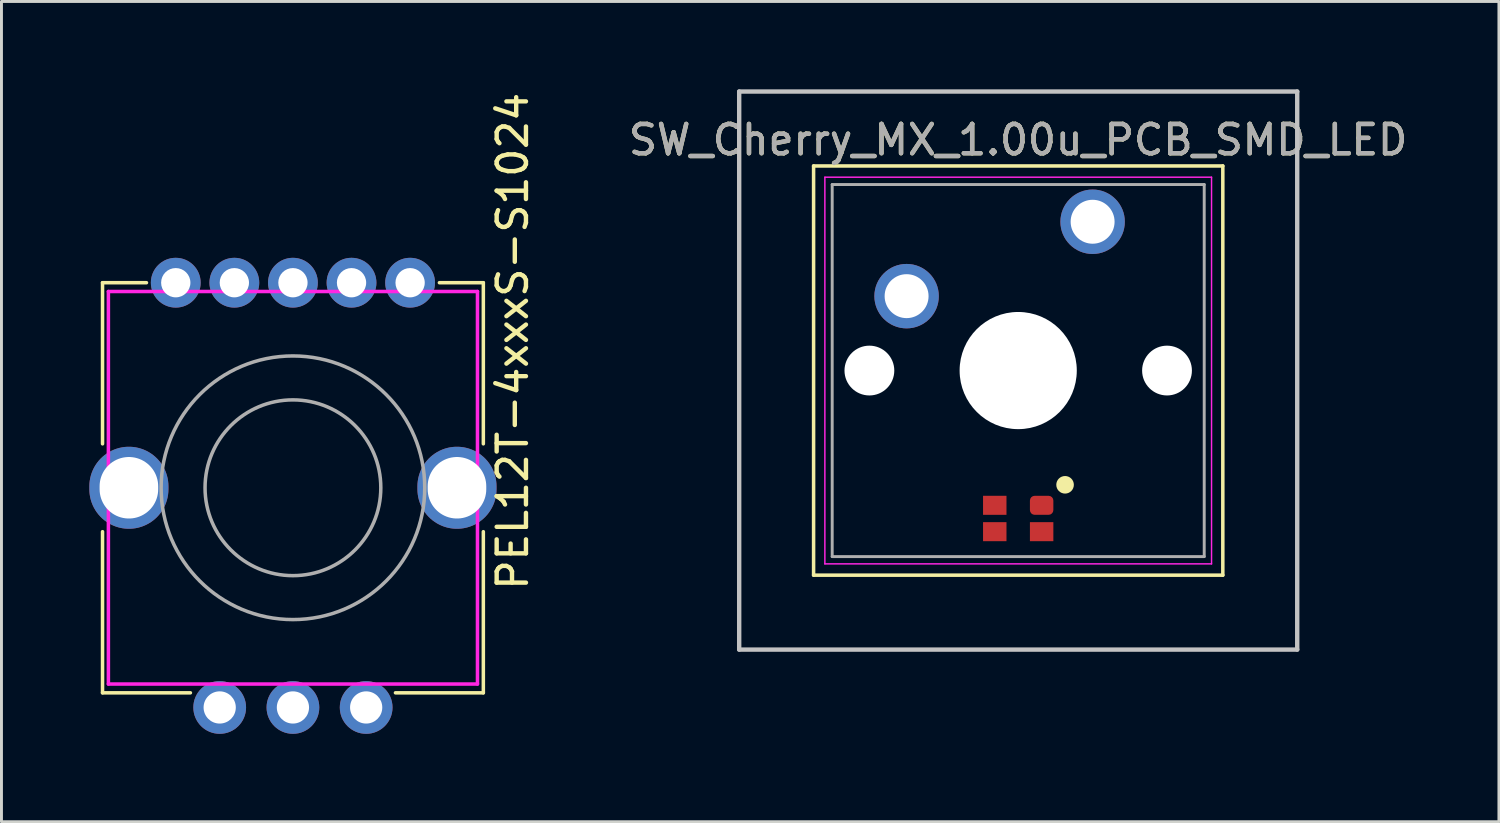
<source format=kicad_pcb>
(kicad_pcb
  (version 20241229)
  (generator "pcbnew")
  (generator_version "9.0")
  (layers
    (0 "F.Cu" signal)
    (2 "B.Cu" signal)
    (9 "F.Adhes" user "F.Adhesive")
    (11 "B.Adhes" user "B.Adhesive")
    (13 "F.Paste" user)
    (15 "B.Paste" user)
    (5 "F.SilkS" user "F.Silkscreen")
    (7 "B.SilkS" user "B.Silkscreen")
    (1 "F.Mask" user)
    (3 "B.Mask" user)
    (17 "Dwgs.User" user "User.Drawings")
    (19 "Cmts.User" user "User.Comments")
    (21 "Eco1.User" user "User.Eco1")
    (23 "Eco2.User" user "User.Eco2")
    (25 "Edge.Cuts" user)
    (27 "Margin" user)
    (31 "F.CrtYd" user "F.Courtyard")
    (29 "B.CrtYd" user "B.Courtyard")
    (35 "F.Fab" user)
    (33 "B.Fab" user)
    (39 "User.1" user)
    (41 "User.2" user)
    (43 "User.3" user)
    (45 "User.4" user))
  (footprint "SW_Cherry_MX_1.00u_PCB_SMD_LED"
    (layer "F.Cu")
    (at 31.709 9.6)
    (property "Reference" "SW_Cherry_MX_1.00u_PCB_SMD_LED" (at 0 -7.874 0) (layer "F.SilkS") (effects (font (size 1 1) (thickness 0.15))))
    (attr through_hole)
    (fp_line (start -6.985 -6.985) (end 6.985 -6.985) (stroke (width 0.12) (type solid)) (layer "F.SilkS"))
    (fp_line (start -6.985 6.985) (end -6.985 -6.985) (stroke (width 0.12) (type solid)) (layer "F.SilkS"))
    (fp_line (start 6.985 -6.985) (end 6.985 6.985) (stroke (width 0.12) (type solid)) (layer "F.SilkS"))
    (fp_line (start 6.985 6.985) (end -6.985 6.985) (stroke (width 0.12) (type solid)) (layer "F.SilkS"))
    (fp_circle (center 1.6 3.9) (end 1.75 3.9) (stroke (width 0.3) (type solid)) (fill no) (layer "F.SilkS"))
    (fp_line (start -9.525 -9.525) (end 9.525 -9.525) (stroke (width 0.15) (type solid)) (layer "Dwgs.User"))
    (fp_line (start -9.525 9.525) (end -9.525 -9.525) (stroke (width 0.15) (type solid)) (layer "Dwgs.User"))
    (fp_line (start 9.525 -9.525) (end 9.525 9.525) (stroke (width 0.15) (type solid)) (layer "Dwgs.User"))
    (fp_line (start 9.525 9.525) (end -9.525 9.525) (stroke (width 0.15) (type solid)) (layer "Dwgs.User"))
    (fp_line (start -6.6 -6.6) (end 6.6 -6.6) (stroke (width 0.05) (type solid)) (layer "F.CrtYd"))
    (fp_line (start -6.6 6.6) (end -6.6 -6.6) (stroke (width 0.05) (type solid)) (layer "F.CrtYd"))
    (fp_line (start 6.6 -6.6) (end 6.6 6.6) (stroke (width 0.05) (type solid)) (layer "F.CrtYd"))
    (fp_line (start 6.6 6.6) (end -6.6 6.6) (stroke (width 0.05) (type solid)) (layer "F.CrtYd"))
    (fp_line (start -6.35 -6.35) (end 6.35 -6.35) (stroke (width 0.1) (type solid)) (layer "F.Fab"))
    (fp_line (start -6.35 6.35) (end -6.35 -6.35) (stroke (width 0.1) (type solid)) (layer "F.Fab"))
    (fp_line (start 6.35 -6.35) (end 6.35 6.35) (stroke (width 0.1) (type solid)) (layer "F.Fab"))
    (fp_line (start 6.35 6.35) (end -6.35 6.35) (stroke (width 0.1) (type solid)) (layer "F.Fab"))
    (fp_text user "${REFERENCE}" (at 0 -7.874 0) (layer "F.Fab") (effects (font (size 1 1) (thickness 0.15))))
    (pad "" np_thru_hole circle (at -5.08 0) (size 1.7 1.7) (drill 1.7) (layers "*.Cu" "*.Mask"))
    (pad "" np_thru_hole circle (at 0 0) (size 4 4) (drill 4) (layers "*.Cu" "*.Mask"))
    (pad "" np_thru_hole circle (at 5.08 0) (size 1.7 1.7) (drill 1.7) (layers "*.Cu" "*.Mask"))
    (pad "1" smd roundrect (at 0.8 4.6) (size 0.8 0.65) (layers "F.Cu" "F.Mask" "F.Paste") (roundrect_rratio 0.25))
    (pad "2" smd rect (at -0.8 4.6) (size 0.8 0.65) (layers "F.Cu" "F.Mask" "F.Paste"))
    (pad "3" smd rect (at 0.8 5.5) (size 0.8 0.65) (layers "F.Cu" "F.Mask" "F.Paste"))
    (pad "4" smd rect (at -0.8 5.5) (size 0.8 0.65) (layers "F.Cu" "F.Mask" "F.Paste"))
    (pad "5" thru_hole circle (at 2.54 -5.08) (size 2.2 2.2) (drill 1.5) (layers "*.Cu" "*.Mask"))
    (pad "6" thru_hole circle (at -3.81 -2.54) (size 2.2 2.2) (drill 1.5) (layers "*.Cu" "*.Mask")))
  (footprint "PEL12T-4xxxS-S1024"
    (layer "F.Cu")
    (at 6.95 13.601)
    (property "Reference" "PEL12T-4xxxS-S1024" (at 7.5 -5 90) (layer "F.SilkS") (effects (font (size 1 1) (thickness 0.15))))
    (attr through_hole)
    (fp_line (start -6.5 -7) (end -5 -7) (stroke (width 0.12) (type solid)) (layer "F.SilkS"))
    (fp_line (start -6.5 -1.5) (end -6.5 -7) (stroke (width 0.12) (type solid)) (layer "F.SilkS"))
    (fp_line (start -6.5 7) (end -6.5 1.5) (stroke (width 0.12) (type solid)) (layer "F.SilkS"))
    (fp_line (start -3.5 7) (end -6.5 7) (stroke (width 0.12) (type solid)) (layer "F.SilkS"))
    (fp_line (start 5 -7) (end 6.5 -7) (stroke (width 0.12) (type solid)) (layer "F.SilkS"))
    (fp_line (start 6.5 -7) (end 6.5 -1.5) (stroke (width 0.12) (type solid)) (layer "F.SilkS"))
    (fp_line (start 6.5 1.5) (end 6.5 7) (stroke (width 0.12) (type solid)) (layer "F.SilkS"))
    (fp_line (start 6.5 7) (end 3.5 7) (stroke (width 0.12) (type solid)) (layer "F.SilkS"))
    (fp_line (start -6.3 -6.7) (end 6.3 -6.7) (stroke (width 0.12) (type solid)) (layer "F.CrtYd"))
    (fp_line (start -6.3 6.7) (end -6.3 -6.7) (stroke (width 0.12) (type solid)) (layer "F.CrtYd"))
    (fp_line (start 6.3 -6.7) (end 6.3 6.7) (stroke (width 0.12) (type solid)) (layer "F.CrtYd"))
    (fp_line (start 6.3 6.7) (end -6.3 6.7) (stroke (width 0.12) (type solid)) (layer "F.CrtYd"))
    (fp_circle (center 0 0) (end 3 0) (stroke (width 0.12) (type solid)) (fill no) (layer "F.Fab"))
    (fp_circle (center 0 0) (end 4.5 0) (stroke (width 0.12) (type solid)) (fill no) (layer "F.Fab"))
    (pad "" np_thru_hole oval (at -5.6 0) (size 2.7 2.8) (drill oval 2 2.1) (layers "*.Cu" "*.Mask"))
    (pad "" np_thru_hole oval (at 5.6 0) (size 2.7 2.8) (drill oval 2 2.1) (layers "*.Cu" "*.Mask"))
    (pad "1" thru_hole circle (at -4 -7) (size 1.7 1.7) (drill 1) (layers "*.Cu" "*.Mask"))
    (pad "2" thru_hole circle (at -2 -7) (size 1.7 1.7) (drill 1) (layers "*.Cu" "*.Mask"))
    (pad "3" thru_hole circle (at 0 -7) (size 1.7 1.7) (drill 1) (layers "*.Cu" "*.Mask"))
    (pad "4" thru_hole circle (at 2 -7) (size 1.7 1.7) (drill 1) (layers "*.Cu" "*.Mask"))
    (pad "5" thru_hole circle (at 4 -7) (size 1.7 1.7) (drill 1) (layers "*.Cu" "*.Mask"))
    (pad "A" thru_hole circle (at -2.5 7.5) (size 1.8 1.8) (drill 1.1) (layers "*.Cu" "*.Mask"))
    (pad "B" thru_hole circle (at 2.5 7.5) (size 1.8 1.8) (drill 1.1) (layers "*.Cu" "*.Mask"))
    (pad "C" thru_hole circle (at 0 7.5) (size 1.8 1.8) (drill 1.1) (layers "*.Cu" "*.Mask")))
  (gr_rect
    (start -3 -3)
    (end 48.12 25.001)
    (stroke (width 0.1) (type default))
    (fill no)
    (layer "Edge.Cuts")))
</source>
